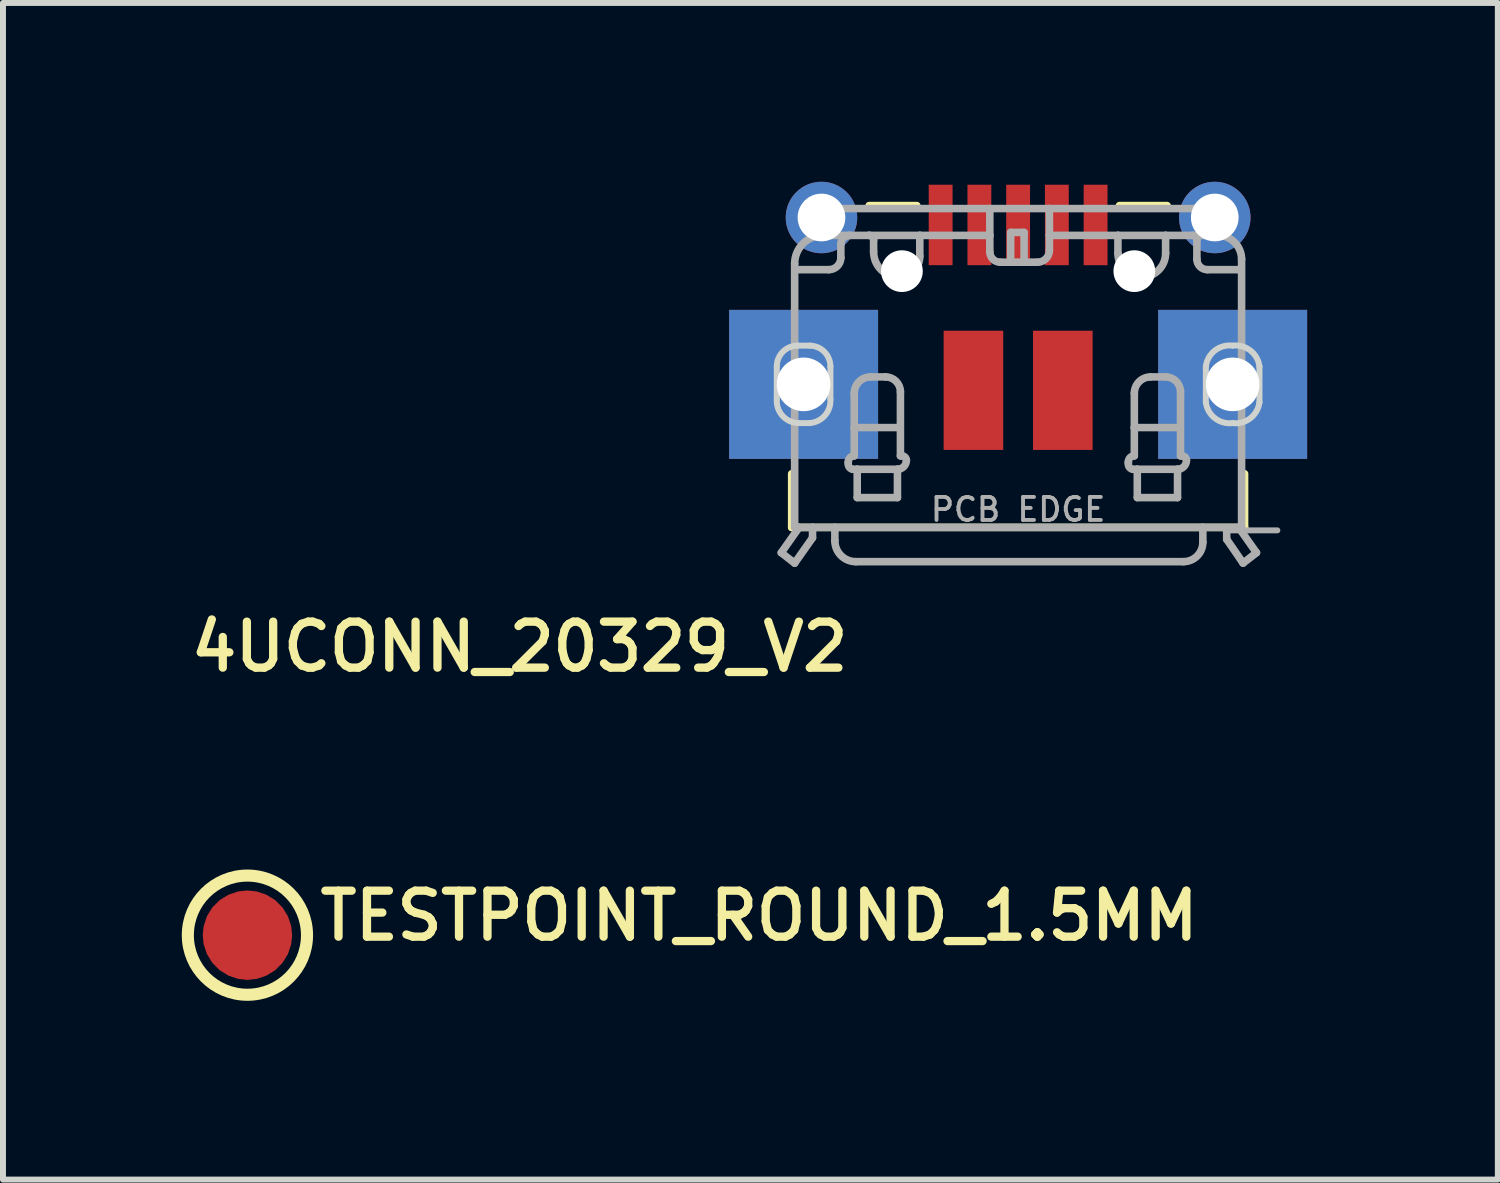
<source format=kicad_pcb>
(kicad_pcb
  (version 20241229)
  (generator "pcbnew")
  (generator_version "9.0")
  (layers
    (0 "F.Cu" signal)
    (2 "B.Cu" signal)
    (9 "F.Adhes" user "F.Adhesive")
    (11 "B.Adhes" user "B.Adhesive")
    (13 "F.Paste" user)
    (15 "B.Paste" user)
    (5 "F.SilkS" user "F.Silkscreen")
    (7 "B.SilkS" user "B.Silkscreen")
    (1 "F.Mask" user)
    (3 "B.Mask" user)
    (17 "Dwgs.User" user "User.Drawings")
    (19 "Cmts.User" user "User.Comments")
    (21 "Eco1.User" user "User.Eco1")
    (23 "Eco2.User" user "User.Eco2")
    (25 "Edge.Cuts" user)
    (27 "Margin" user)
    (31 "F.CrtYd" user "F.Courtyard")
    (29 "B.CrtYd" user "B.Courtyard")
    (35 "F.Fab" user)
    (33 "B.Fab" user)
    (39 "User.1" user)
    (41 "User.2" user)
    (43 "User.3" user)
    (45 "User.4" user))
  (footprint "4UCONN_20329_V2"
    (layer "F.Cu")
    (at 14.035 1.5)
    (property "Reference" "4UCONN_20329_V2" (at -2.778 5.852 180) (layer "F.SilkS") (effects (font (size 0.772 0.772) (thickness 0.139)) (justify right top)))
    (attr through_hole)
    (fp_poly (pts (xy -1.55 -0.05) (xy -1.05 -0.05) (xy -1.05 -1.5) (xy -1.55 -1.5)) (stroke (width 0) (type solid)) (fill yes) (layer "F.Mask"))
    (fp_poly (pts (xy -0.9 -0.05) (xy -0.4 -0.05) (xy -0.4 -1.5) (xy -0.9 -1.5)) (stroke (width 0) (type solid)) (fill yes) (layer "F.Mask"))
    (fp_poly (pts (xy -0.25 -0.05) (xy 0.25 -0.05) (xy 0.25 -1.5) (xy -0.25 -1.5)) (stroke (width 0) (type solid)) (fill yes) (layer "F.Mask"))
    (fp_poly (pts (xy 0.4 -0.05) (xy 0.9 -0.05) (xy 0.9 -1.5) (xy 0.4 -1.5)) (stroke (width 0) (type solid)) (fill yes) (layer "F.Mask"))
    (fp_poly (pts (xy 1.05 -0.05) (xy 1.55 -0.05) (xy 1.55 -1.5) (xy 1.05 -1.5)) (stroke (width 0) (type solid)) (fill yes) (layer "F.Mask"))
    (fp_line (start -3.8 3.4) (end -3.8 4.3) (stroke (width 0.127) (type solid)) (layer "F.SilkS"))
    (fp_line (start -3.8 4.3) (end 3.8 4.3) (stroke (width 0.127) (type solid)) (layer "F.SilkS"))
    (fp_line (start -2.5 -1.1) (end -1.7 -1.1) (stroke (width 0.127) (type solid)) (layer "F.SilkS"))
    (fp_line (start 1.7 -1.1) (end 2.5 -1.1) (stroke (width 0.127) (type solid)) (layer "F.SilkS"))
    (fp_line (start 3.8 4.3) (end 3.8 3.4) (stroke (width 0.127) (type solid)) (layer "F.SilkS"))
    (fp_poly (pts (xy -4.85 3.15) (xy -2.35 3.15) (xy -2.35 0.65) (xy -4.85 0.65)) (stroke (width 0) (type solid)) (fill yes) (layer "F.Paste"))
    (fp_poly (pts (xy 2.35 3.15) (xy 4.85 3.15) (xy 4.85 0.65) (xy 2.35 0.65)) (stroke (width 0) (type solid)) (fill yes) (layer "F.Paste"))
    (fp_poly (pts (xy -5.05 -0.9) (xy -5.014 -0.724) (xy -4.925 -0.567) (xy -4.793 -0.445) (xy -4.45 -0.35) (xy -3.35 -0.35) (xy -3.171 -0.37) (xy -3.007 -0.445) (xy -2.875 -0.567) (xy -2.786 -0.724) (xy -2.75 -0.9) (xy -2.786 -1.076) (xy -2.875 -1.233) (xy -3.007 -1.355) (xy -3.35 -1.45) (xy -4.45 -1.45) (xy -4.629 -1.43) (xy -4.793 -1.355) (xy -4.925 -1.233)) (stroke (width 0) (type solid)) (fill yes) (layer "F.Paste"))
    (fp_poly (pts (xy 2.75 -0.9) (xy 2.786 -0.724) (xy 2.875 -0.567) (xy 3.007 -0.445) (xy 3.35 -0.35) (xy 4.45 -0.35) (xy 4.629 -0.37) (xy 4.793 -0.445) (xy 4.925 -0.567) (xy 5.014 -0.724) (xy 5.05 -0.9) (xy 5.014 -1.076) (xy 4.925 -1.233) (xy 4.793 -1.355) (xy 4.45 -1.45) (xy 3.35 -1.45) (xy 3.171 -1.43) (xy 3.007 -1.355) (xy 2.875 -1.233)) (stroke (width 0) (type solid)) (fill yes) (layer "F.Paste"))
    (fp_line (start -4.05 2.15) (end -4.05 1.6) (stroke (width 0.1) (type solid)) (layer "Edge.Cuts"))
    (fp_line (start -3.7 1.25) (end -3.5 1.25) (stroke (width 0.1) (type solid)) (layer "Edge.Cuts"))
    (fp_line (start -3.5 2.55) (end -3.7 2.55) (stroke (width 0.1) (type solid)) (layer "Edge.Cuts"))
    (fp_line (start -3.15 1.6) (end -3.15 2.15) (stroke (width 0.1) (type solid)) (layer "Edge.Cuts"))
    (fp_line (start 3.15 2.2) (end 3.15 1.6) (stroke (width 0.1) (type solid)) (layer "Edge.Cuts"))
    (fp_line (start 4.05 1.6) (end 4.05 2.2) (stroke (width 0.1) (type solid)) (layer "Edge.Cuts"))
    (fp_arc (start -4.05 1.6) (mid -3.947487 1.352513) (end -3.7 1.25) (stroke (width 0.1) (type solid)) (layer "Edge.Cuts"))
    (fp_arc (start -3.7 2.55) (mid -3.957843 2.422487) (end -4.05 2.15) (stroke (width 0.1) (type solid)) (layer "Edge.Cuts"))
    (fp_arc (start -3.5 1.25) (mid -3.252513 1.352513) (end -3.15 1.6) (stroke (width 0.1) (type solid)) (layer "Edge.Cuts"))
    (fp_arc (start -3.15 2.15) (mid -3.242157 2.422487) (end -3.5 2.55) (stroke (width 0.1) (type solid)) (layer "Edge.Cuts"))
    (fp_arc (start 3.15 1.6) (mid 3.302513 1.331802) (end 3.6 1.25) (stroke (width 0.1) (type solid)) (layer "Edge.Cuts"))
    (fp_arc (start 3.6 1.25) (mid 3.897487 1.331802) (end 4.05 1.6) (stroke (width 0.1) (type solid)) (layer "Edge.Cuts"))
    (fp_arc (start 3.6 2.55) (mid 3.302513 2.468198) (end 3.15 2.2) (stroke (width 0.1) (type solid)) (layer "Edge.Cuts"))
    (fp_arc (start 4.05 2.2) (mid 3.897487 2.468198) (end 3.6 2.55) (stroke (width 0.1) (type solid)) (layer "Edge.Cuts"))
    (fp_line (start -3.975 4.725) (end -3.75 4.9) (stroke (width 0.127) (type solid)) (layer "F.Fab"))
    (fp_line (start -3.975 4.725) (end -3.675 4.3) (stroke (width 0.127) (type solid)) (layer "F.Fab"))
    (fp_line (start -3.75 -0.125) (end -3.75 4.3) (stroke (width 0.127) (type solid)) (layer "F.Fab"))
    (fp_line (start -3.75 4.3) (end -3.675 4.3) (stroke (width 0.127) (type solid)) (layer "F.Fab"))
    (fp_line (start -3.75 4.9) (end -3.45 4.475) (stroke (width 0.127) (type solid)) (layer "F.Fab"))
    (fp_line (start -3.725 -0.025) (end -3.175 -0.025) (stroke (width 0.127) (type solid)) (layer "F.Fab"))
    (fp_line (start -3.675 4.3) (end -3.45 4.3) (stroke (width 0.127) (type solid)) (layer "F.Fab"))
    (fp_line (start -3.575 -1.05) (end -0.475 -1.05) (stroke (width 0.127) (type solid)) (layer "F.Fab"))
    (fp_line (start -3.575 -0.75) (end -3.575 -1.05) (stroke (width 0.127) (type solid)) (layer "F.Fab"))
    (fp_line (start -3.45 4.3) (end -3.075 4.3) (stroke (width 0.127) (type solid)) (layer "F.Fab"))
    (fp_line (start -3.45 4.475) (end -3.45 4.3) (stroke (width 0.127) (type solid)) (layer "F.Fab"))
    (fp_line (start -3.425 -0.75) (end -3.575 -0.75) (stroke (width 0.127) (type solid)) (layer "F.Fab"))
    (fp_line (start -3.425 -0.625) (end -3.425 -0.75) (stroke (width 0.127) (type solid)) (layer "F.Fab"))
    (fp_line (start -3.075 4.3) (end -3.075 4.525) (stroke (width 0.127) (type solid)) (layer "F.Fab"))
    (fp_line (start -3.075 4.3) (end 3.1 4.3) (stroke (width 0.127) (type solid)) (layer "F.Fab"))
    (fp_line (start -2.975 -0.225) (end -2.975 -0.45) (stroke (width 0.127) (type solid)) (layer "F.Fab"))
    (fp_line (start -2.85 3.225) (end -2.85 3.2) (stroke (width 0.127) (type solid)) (layer "F.Fab"))
    (fp_line (start -2.825 -0.6) (end -3.275 -0.6) (stroke (width 0.127) (type solid)) (layer "F.Fab"))
    (fp_line (start -2.825 -0.6) (end -2.5 -0.6) (stroke (width 0.127) (type solid)) (layer "F.Fab"))
    (fp_line (start -2.75 2.625) (end -2.75 2.05) (stroke (width 0.127) (type solid)) (layer "F.Fab"))
    (fp_line (start -2.75 2.625) (end -2 2.625) (stroke (width 0.127) (type solid)) (layer "F.Fab"))
    (fp_line (start -2.75 3.1) (end -2.75 2.625) (stroke (width 0.127) (type solid)) (layer "F.Fab"))
    (fp_line (start -2.725 4.875) (end 2.775 4.875) (stroke (width 0.127) (type solid)) (layer "F.Fab"))
    (fp_line (start -2.7 3.325) (end -2.775 3.325) (stroke (width 0.127) (type solid)) (layer "F.Fab"))
    (fp_line (start -2.7 3.325) (end -2 3.325) (stroke (width 0.127) (type solid)) (layer "F.Fab"))
    (fp_line (start -2.7 3.8) (end -2.7 3.325) (stroke (width 0.127) (type solid)) (layer "F.Fab"))
    (fp_line (start -2.475 1.775) (end -2.225 1.775) (stroke (width 0.127) (type solid)) (layer "F.Fab"))
    (fp_line (start -2.425 -0.525) (end -2.425 -0.325) (stroke (width 0.127) (type solid)) (layer "F.Fab"))
    (fp_line (start -2.025 3.325) (end -2.025 3.8) (stroke (width 0.127) (type solid)) (layer "F.Fab"))
    (fp_line (start -2.025 3.8) (end -2.7 3.8) (stroke (width 0.127) (type solid)) (layer "F.Fab"))
    (fp_line (start -1.975 2.025) (end -1.975 3.1) (stroke (width 0.127) (type solid)) (layer "F.Fab"))
    (fp_line (start -1.975 3.1) (end -1.95 3.1) (stroke (width 0.127) (type solid)) (layer "F.Fab"))
    (fp_line (start -1.65 -0.6) (end -2.5 -0.6) (stroke (width 0.127) (type solid)) (layer "F.Fab"))
    (fp_line (start -1.65 -0.25) (end -1.65 -0.6) (stroke (width 0.127) (type solid)) (layer "F.Fab"))
    (fp_line (start -0.475 -1.05) (end 0.525 -1.05) (stroke (width 0.127) (type solid)) (layer "F.Fab"))
    (fp_line (start -0.475 -0.6) (end -1.65 -0.6) (stroke (width 0.127) (type solid)) (layer "F.Fab"))
    (fp_line (start -0.475 -0.6) (end -0.475 -1.05) (stroke (width 0.127) (type solid)) (layer "F.Fab"))
    (fp_line (start -0.475 -0.325) (end -0.475 -0.6) (stroke (width 0.127) (type solid)) (layer "F.Fab"))
    (fp_line (start -0.125 -0.65) (end 0.1 -0.65) (stroke (width 0.127) (type solid)) (layer "F.Fab"))
    (fp_line (start -0.125 -0.175) (end -0.125 -0.65) (stroke (width 0.127) (type solid)) (layer "F.Fab"))
    (fp_line (start 0.1 -0.65) (end 0.1 -0.175) (stroke (width 0.127) (type solid)) (layer "F.Fab"))
    (fp_line (start 0.325 -0.15) (end -0.3 -0.15) (stroke (width 0.127) (type solid)) (layer "F.Fab"))
    (fp_line (start 0.525 -1.05) (end 0.525 -0.6) (stroke (width 0.127) (type solid)) (layer "F.Fab"))
    (fp_line (start 0.525 -1.05) (end 3.6 -1.05) (stroke (width 0.127) (type solid)) (layer "F.Fab"))
    (fp_line (start 0.525 -0.6) (end 0.525 -0.35) (stroke (width 0.127) (type solid)) (layer "F.Fab"))
    (fp_line (start 1.675 -0.6) (end 0.525 -0.6) (stroke (width 0.127) (type solid)) (layer "F.Fab"))
    (fp_line (start 1.675 -0.6) (end 1.675 -0.3) (stroke (width 0.127) (type solid)) (layer "F.Fab"))
    (fp_line (start 1.85 3.225) (end 1.85 3.2) (stroke (width 0.127) (type solid)) (layer "F.Fab"))
    (fp_line (start 1.95 2.625) (end 1.95 2.05) (stroke (width 0.127) (type solid)) (layer "F.Fab"))
    (fp_line (start 1.95 2.625) (end 2.7 2.625) (stroke (width 0.127) (type solid)) (layer "F.Fab"))
    (fp_line (start 1.95 3.1) (end 1.95 2.625) (stroke (width 0.127) (type solid)) (layer "F.Fab"))
    (fp_line (start 2 3.325) (end 1.925 3.325) (stroke (width 0.127) (type solid)) (layer "F.Fab"))
    (fp_line (start 2 3.325) (end 2.7 3.325) (stroke (width 0.127) (type solid)) (layer "F.Fab"))
    (fp_line (start 2 3.8) (end 2 3.325) (stroke (width 0.127) (type solid)) (layer "F.Fab"))
    (fp_line (start 2.225 1.775) (end 2.475 1.775) (stroke (width 0.127) (type solid)) (layer "F.Fab"))
    (fp_line (start 2.475 -0.6) (end 1.675 -0.6) (stroke (width 0.127) (type solid)) (layer "F.Fab"))
    (fp_line (start 2.475 -0.6) (end 2.925 -0.6) (stroke (width 0.127) (type solid)) (layer "F.Fab"))
    (fp_line (start 2.475 -0.3) (end 2.475 -0.6) (stroke (width 0.127) (type solid)) (layer "F.Fab"))
    (fp_line (start 2.675 3.325) (end 2.675 3.8) (stroke (width 0.127) (type solid)) (layer "F.Fab"))
    (fp_line (start 2.675 3.8) (end 2 3.8) (stroke (width 0.127) (type solid)) (layer "F.Fab"))
    (fp_line (start 2.725 2.025) (end 2.725 3.1) (stroke (width 0.127) (type solid)) (layer "F.Fab"))
    (fp_line (start 2.725 3.1) (end 2.75 3.1) (stroke (width 0.127) (type solid)) (layer "F.Fab"))
    (fp_line (start 3 -0.525) (end 3 -0.2) (stroke (width 0.127) (type solid)) (layer "F.Fab"))
    (fp_line (start 3.1 4.3) (end 3.7 4.3) (stroke (width 0.127) (type solid)) (layer "F.Fab"))
    (fp_line (start 3.1 4.55) (end 3.1 4.3) (stroke (width 0.127) (type solid)) (layer "F.Fab"))
    (fp_line (start 3.175 -0.025) (end 3.725 -0.025) (stroke (width 0.127) (type solid)) (layer "F.Fab"))
    (fp_line (start 3.35 -0.775) (end 3.35 -0.6) (stroke (width 0.127) (type solid)) (layer "F.Fab"))
    (fp_line (start 3.35 -0.6) (end 2.925 -0.6) (stroke (width 0.127) (type solid)) (layer "F.Fab"))
    (fp_line (start 3.5 4.35) (end 4.35 4.35) (stroke (width 0.1) (type solid)) (layer "F.Fab"))
    (fp_line (start 3.5 4.5) (end 3.5 4.35) (stroke (width 0.127) (type solid)) (layer "F.Fab"))
    (fp_line (start 3.6 -1.05) (end 3.6 -0.775) (stroke (width 0.127) (type solid)) (layer "F.Fab"))
    (fp_line (start 3.6 -0.775) (end 3.35 -0.775) (stroke (width 0.127) (type solid)) (layer "F.Fab"))
    (fp_line (start 3.7 4.3) (end 3.75 4.3) (stroke (width 0.127) (type solid)) (layer "F.Fab"))
    (fp_line (start 3.7 4.3) (end 4 4.725) (stroke (width 0.127) (type solid)) (layer "F.Fab"))
    (fp_line (start 3.75 4.3) (end 3.75 -0.2) (stroke (width 0.127) (type solid)) (layer "F.Fab"))
    (fp_line (start 3.775 4.9) (end 3.5 4.5) (stroke (width 0.127) (type solid)) (layer "F.Fab"))
    (fp_line (start 4 4.725) (end 3.775 4.9) (stroke (width 0.127) (type solid)) (layer "F.Fab"))
    (fp_arc (start -3.750001 -0.124999) (mid -3.610876 -0.460875) (end -3.275 -0.6) (stroke (width 0.127) (type solid)) (layer "F.Fab"))
    (fp_arc (start -2.975 -0.45) (mid -2.931066 -0.556066) (end -2.825 -0.6) (stroke (width 0.127) (type solid)) (layer "F.Fab"))
    (fp_arc (start -2.975 -0.225) (mid -3.033579 -0.083579) (end -3.175 -0.025) (stroke (width 0.127) (type solid)) (layer "F.Fab"))
    (fp_arc (start -2.85 3.2) (mid -2.820711 3.129289) (end -2.75 3.1) (stroke (width 0.127) (type solid)) (layer "F.Fab"))
    (fp_arc (start -2.775 3.325) (mid -2.833211 3.290533) (end -2.85 3.225) (stroke (width 0.127) (type solid)) (layer "F.Fab"))
    (fp_arc (start -2.75 2.05) (mid -2.669454 1.855546) (end -2.475 1.775) (stroke (width 0.127) (type solid)) (layer "F.Fab"))
    (fp_arc (start -2.725 4.875) (mid -2.972487 4.772487) (end -3.075 4.525) (stroke (width 0.127) (type solid)) (layer "F.Fab"))
    (fp_arc (start -2.5 -0.6) (mid -2.446967 -0.578033) (end -2.425 -0.525) (stroke (width 0.127) (type solid)) (layer "F.Fab"))
    (fp_arc (start -2.225 1.775) (mid -2.048223 1.848223) (end -1.975 2.025) (stroke (width 0.127) (type solid)) (layer "F.Fab"))
    (fp_arc (start -2 0.1) (mid -2.30052 -0.02448) (end -2.425 -0.325) (stroke (width 0.127) (type solid)) (layer "F.Fab"))
    (fp_arc (start -1.95 3.1) (mid -1.896967 3.121967) (end -1.875 3.175) (stroke (width 0.127) (type solid)) (layer "F.Fab"))
    (fp_arc (start -1.875 3.175) (mid -1.918934 3.281066) (end -2.025 3.325) (stroke (width 0.127) (type solid)) (layer "F.Fab"))
    (fp_arc (start -1.65 -0.25) (mid -1.752513 -0.002513) (end -2 0.1) (stroke (width 0.127) (type solid)) (layer "F.Fab"))
    (fp_arc (start -0.3 -0.15) (mid -0.423744 -0.201256) (end -0.475 -0.325) (stroke (width 0.127) (type solid)) (layer "F.Fab"))
    (fp_arc (start 0.525 -0.35) (mid 0.466421 -0.208579) (end 0.325 -0.15) (stroke (width 0.127) (type solid)) (layer "F.Fab"))
    (fp_arc (start 1.85 3.2) (mid 1.879289 3.129289) (end 1.95 3.1) (stroke (width 0.127) (type solid)) (layer "F.Fab"))
    (fp_arc (start 1.925 3.325) (mid 1.866789 3.290533) (end 1.85 3.225) (stroke (width 0.127) (type solid)) (layer "F.Fab"))
    (fp_arc (start 1.95 2.05) (mid 2.030546 1.855546) (end 2.225 1.775) (stroke (width 0.127) (type solid)) (layer "F.Fab"))
    (fp_arc (start 2.075 0.1) (mid 1.792157 -0.017157) (end 1.675 -0.3) (stroke (width 0.127) (type solid)) (layer "F.Fab"))
    (fp_arc (start 2.475 -0.3) (mid 2.357843 -0.017157) (end 2.075 0.1) (stroke (width 0.127) (type solid)) (layer "F.Fab"))
    (fp_arc (start 2.475 1.775) (mid 2.651777 1.848223) (end 2.725 2.025) (stroke (width 0.127) (type solid)) (layer "F.Fab"))
    (fp_arc (start 2.75 3.1) (mid 2.803033 3.121967) (end 2.825 3.175) (stroke (width 0.127) (type solid)) (layer "F.Fab"))
    (fp_arc (start 2.825 3.175) (mid 2.781066 3.281066) (end 2.675 3.325) (stroke (width 0.127) (type solid)) (layer "F.Fab"))
    (fp_arc (start 2.925 -0.6) (mid 2.978033 -0.578033) (end 3 -0.525) (stroke (width 0.127) (type solid)) (layer "F.Fab"))
    (fp_arc (start 3.1 4.55) (mid 3.00481 4.77981) (end 2.775 4.875) (stroke (width 0.127) (type solid)) (layer "F.Fab"))
    (fp_arc (start 3.175 -0.025) (mid 3.051256 -0.076256) (end 3 -0.2) (stroke (width 0.127) (type solid)) (layer "F.Fab"))
    (fp_arc (start 3.349999 -0.599999) (mid 3.632842 -0.482842) (end 3.75 -0.2) (stroke (width 0.127) (type solid)) (layer "F.Fab"))
    (fp_text user "PCB EDGE" (at 0 4 0) (layer "F.Fab") (effects (font (size 0.386 0.386) (thickness 0.065))))
    (pad "" np_thru_hole circle (at -1.95 0) (size 0.7 0.7) (drill 0.7) (layers "*.Cu"))
    (pad "" np_thru_hole circle (at 1.95 0) (size 0.7 0.7) (drill 0.7) (layers "*.Cu"))
    (pad "BASE@1" smd rect (at -0.75 2 90) (size 2 1) (layers "F.Cu" "F.Mask" "F.Paste"))
    (pad "BASE@2" smd rect (at 0.75 2 90) (size 2 1) (layers "F.Cu" "F.Mask" "F.Paste"))
    (pad "D+" smd rect (at 0 -0.775) (size 0.4 1.35) (layers "F.Cu" "F.Mask" "F.Paste"))
    (pad "D-" smd rect (at -0.65 -0.775) (size 0.4 1.35) (layers "F.Cu" "F.Mask" "F.Paste"))
    (pad "GND" smd rect (at 1.3 -0.775) (size 0.4 1.35) (layers "F.Cu" "F.Mask" "F.Paste"))
    (pad "ID" smd rect (at 0.65 -0.775) (size 0.4 1.35) (layers "F.Cu" "F.Mask" "F.Paste"))
    (pad "SPRT@1" thru_hole circle (at -3.3 -0.9 180) (size 1.2 1.2) (drill 0.8) (layers "*.Cu" "*.Mask"))
    (pad "SPRT@2" thru_hole circle (at 3.3 -0.9) (size 1.2 1.2) (drill 0.8) (layers "*.Cu" "*.Mask"))
    (pad "SPRT@3" thru_hole rect (at -3.6 1.9 90) (size 2.5 2.5) (drill 0.9) (layers "*.Cu" "*.Mask"))
    (pad "SPRT@4" thru_hole rect (at 3.6 1.9 90) (size 2.5 2.5) (drill 0.9) (layers "*.Cu" "*.Mask"))
    (pad "VBUS" smd rect (at -1.3 -0.775) (size 0.4 1.35) (layers "F.Cu" "F.Mask" "F.Paste")))
  (footprint "TESTPOINT_ROUND_1.5MM"
    (layer "F.Cu")
    (at 1.102 12.643)
    (property "Reference" "TESTPOINT_ROUND_1.5MM" (at 1.143 0.127 180) (layer "F.SilkS") (effects (font (size 0.772 0.772) (thickness 0.139)) (justify left bottom)))
    (attr through_hole)
    (fp_circle (center 0 0) (end 1 0) (stroke (width 0.203) (type solid)) (fill no) (layer "F.SilkS"))
    (pad "P$1" smd roundrect (at 0 0) (size 1.5 1.5) (layers "F.Cu" "F.Mask") (roundrect_rratio 0.5)))
  (gr_rect
    (start -3 -3)
    (end 22.085 16.744)
    (stroke (width 0.1) (type default))
    (fill no)
    (layer "Edge.Cuts")))
</source>
